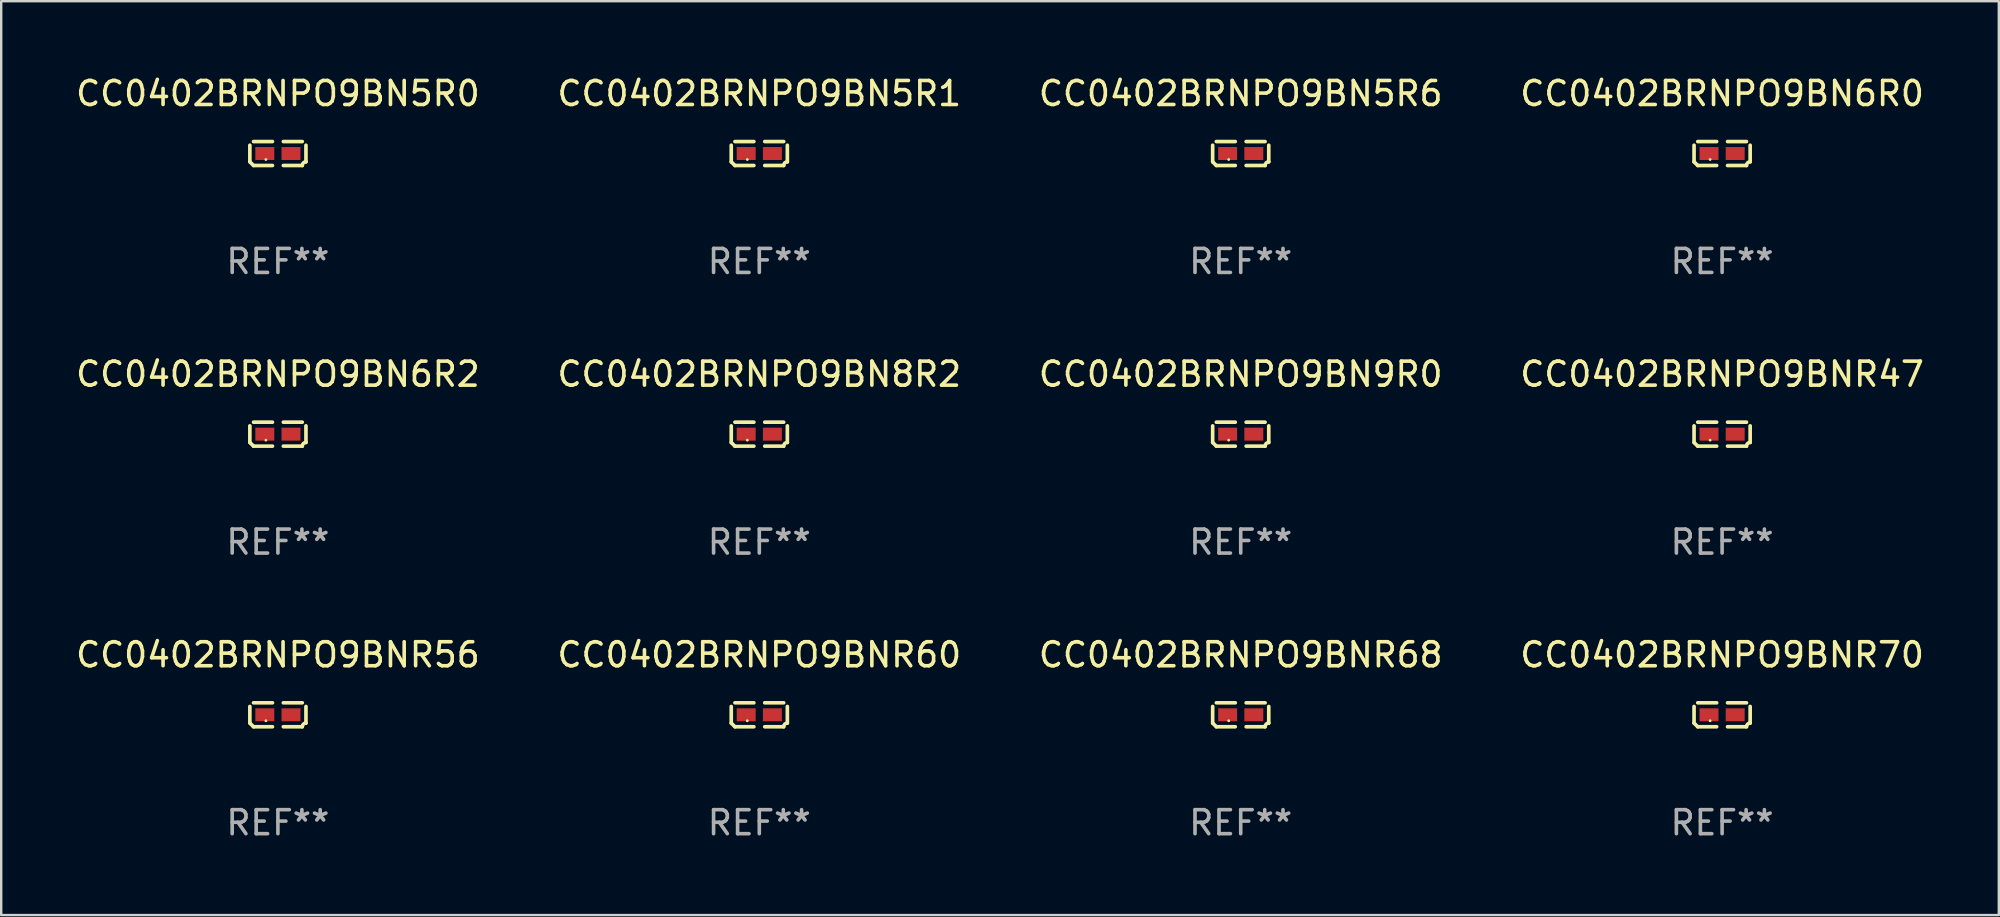
<source format=kicad_pcb>
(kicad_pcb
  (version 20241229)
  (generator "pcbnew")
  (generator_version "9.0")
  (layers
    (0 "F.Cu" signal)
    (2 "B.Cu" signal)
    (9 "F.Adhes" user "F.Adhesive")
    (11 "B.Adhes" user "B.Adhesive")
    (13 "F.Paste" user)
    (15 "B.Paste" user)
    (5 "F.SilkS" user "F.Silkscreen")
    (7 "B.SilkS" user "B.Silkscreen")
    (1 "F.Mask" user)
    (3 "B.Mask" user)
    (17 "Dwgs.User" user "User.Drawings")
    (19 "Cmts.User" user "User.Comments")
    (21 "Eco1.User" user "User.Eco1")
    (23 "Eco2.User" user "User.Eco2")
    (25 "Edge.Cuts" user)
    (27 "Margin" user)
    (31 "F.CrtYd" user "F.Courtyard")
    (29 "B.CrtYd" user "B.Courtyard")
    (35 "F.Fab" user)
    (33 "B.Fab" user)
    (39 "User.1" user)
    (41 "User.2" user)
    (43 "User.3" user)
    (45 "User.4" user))
  (footprint "CC0402BRNPO9BN6R2"
    (layer "F.Cu")
    (at 8.53 15.041)
    (property "Reference" "CC0402BRNPO9BN6R2" (at 0 -2.499 0) (layer "F.SilkS") (effects (font (size 1 1) (thickness 0.15))))
    (attr through_hole)
    (fp_line (start -1.169 0.346) (end -1.169 -0.346) (stroke (width 0.152) (type solid)) (layer "F.SilkS"))
    (fp_line (start -1.016 -0.499) (end -0.226 -0.499) (stroke (width 0.152) (type solid)) (layer "F.SilkS"))
    (fp_line (start -0.226 0.499) (end -1.016 0.499) (stroke (width 0.152) (type solid)) (layer "F.SilkS"))
    (fp_line (start 0.226 0.499) (end 1.016 0.499) (stroke (width 0.152) (type solid)) (layer "F.SilkS"))
    (fp_line (start 1.016 -0.499) (end 0.226 -0.499) (stroke (width 0.152) (type solid)) (layer "F.SilkS"))
    (fp_line (start 1.169 0.346) (end 1.169 -0.346) (stroke (width 0.152) (type solid)) (layer "F.SilkS"))
    (fp_arc (start -1.016307 0.498603) (mid -1.092512 0.422405) (end -1.16871 0.3462) (stroke (width 0.1524) (type solid)) (layer "F.SilkS"))
    (fp_arc (start 1.016307 0.498603) (mid 1.060899 0.390758) (end 1.168707 0.346076) (stroke (width 0.1524) (type solid)) (layer "F.SilkS"))
    (fp_circle (center -0.5 0.25) (end -0.47 0.25) (stroke (width 0.06) (type solid)) (fill no) (layer "F.SilkS"))
    (fp_text user "REF**" (at 0 4.499 0) (layer "F.Fab") (effects (font (size 1 1) (thickness 0.15))))
    (pad "1" smd rect (at -0.545 0) (size 0.79 0.54) (layers "F.Cu" "F.Mask" "F.Paste"))
    (pad "2" smd rect (at 0.545 0) (size 0.79 0.54) (layers "F.Cu" "F.Mask" "F.Paste")))
  (footprint "CC0402BRNPO9BNR60"
    (layer "F.Cu")
    (at 28.589 26.734)
    (property "Reference" "CC0402BRNPO9BNR60" (at 0 -2.499 0) (layer "F.SilkS") (effects (font (size 1 1) (thickness 0.15))))
    (attr through_hole)
    (fp_line (start -1.169 0.346) (end -1.169 -0.346) (stroke (width 0.152) (type solid)) (layer "F.SilkS"))
    (fp_line (start -1.016 -0.499) (end -0.226 -0.499) (stroke (width 0.152) (type solid)) (layer "F.SilkS"))
    (fp_line (start -0.226 0.499) (end -1.016 0.499) (stroke (width 0.152) (type solid)) (layer "F.SilkS"))
    (fp_line (start 0.226 0.499) (end 1.016 0.499) (stroke (width 0.152) (type solid)) (layer "F.SilkS"))
    (fp_line (start 1.016 -0.499) (end 0.226 -0.499) (stroke (width 0.152) (type solid)) (layer "F.SilkS"))
    (fp_line (start 1.169 0.346) (end 1.169 -0.346) (stroke (width 0.152) (type solid)) (layer "F.SilkS"))
    (fp_arc (start -1.016307 0.498603) (mid -1.092512 0.422405) (end -1.16871 0.3462) (stroke (width 0.1524) (type solid)) (layer "F.SilkS"))
    (fp_arc (start 1.016307 0.498603) (mid 1.060899 0.390758) (end 1.168707 0.346076) (stroke (width 0.1524) (type solid)) (layer "F.SilkS"))
    (fp_circle (center -0.5 0.25) (end -0.47 0.25) (stroke (width 0.06) (type solid)) (fill no) (layer "F.SilkS"))
    (fp_text user "REF**" (at 0 4.499 0) (layer "F.Fab") (effects (font (size 1 1) (thickness 0.15))))
    (pad "1" smd rect (at -0.545 0) (size 0.79 0.54) (layers "F.Cu" "F.Mask" "F.Paste"))
    (pad "2" smd rect (at 0.545 0) (size 0.79 0.54) (layers "F.Cu" "F.Mask" "F.Paste")))
  (footprint "CC0402BRNPO9BN5R6"
    (layer "F.Cu")
    (at 48.649 3.347)
    (property "Reference" "CC0402BRNPO9BN5R6" (at 0 -2.499 0) (layer "F.SilkS") (effects (font (size 1 1) (thickness 0.15))))
    (attr through_hole)
    (fp_line (start -1.169 0.346) (end -1.169 -0.346) (stroke (width 0.152) (type solid)) (layer "F.SilkS"))
    (fp_line (start -1.016 -0.499) (end -0.226 -0.499) (stroke (width 0.152) (type solid)) (layer "F.SilkS"))
    (fp_line (start -0.226 0.499) (end -1.016 0.499) (stroke (width 0.152) (type solid)) (layer "F.SilkS"))
    (fp_line (start 0.226 0.499) (end 1.016 0.499) (stroke (width 0.152) (type solid)) (layer "F.SilkS"))
    (fp_line (start 1.016 -0.499) (end 0.226 -0.499) (stroke (width 0.152) (type solid)) (layer "F.SilkS"))
    (fp_line (start 1.169 0.346) (end 1.169 -0.346) (stroke (width 0.152) (type solid)) (layer "F.SilkS"))
    (fp_arc (start -1.016307 0.498603) (mid -1.092512 0.422405) (end -1.16871 0.3462) (stroke (width 0.1524) (type solid)) (layer "F.SilkS"))
    (fp_arc (start 1.016307 0.498603) (mid 1.060899 0.390758) (end 1.168707 0.346076) (stroke (width 0.1524) (type solid)) (layer "F.SilkS"))
    (fp_circle (center -0.5 0.25) (end -0.47 0.25) (stroke (width 0.06) (type solid)) (fill no) (layer "F.SilkS"))
    (fp_text user "REF**" (at 0 4.499 0) (layer "F.Fab") (effects (font (size 1 1) (thickness 0.15))))
    (pad "1" smd rect (at -0.545 0) (size 0.79 0.54) (layers "F.Cu" "F.Mask" "F.Paste"))
    (pad "2" smd rect (at 0.545 0) (size 0.79 0.54) (layers "F.Cu" "F.Mask" "F.Paste")))
  (footprint "CC0402BRNPO9BN6R0"
    (layer "F.Cu")
    (at 68.708 3.347)
    (property "Reference" "CC0402BRNPO9BN6R0" (at 0 -2.499 0) (layer "F.SilkS") (effects (font (size 1 1) (thickness 0.15))))
    (attr through_hole)
    (fp_line (start -1.169 0.346) (end -1.169 -0.346) (stroke (width 0.152) (type solid)) (layer "F.SilkS"))
    (fp_line (start -1.016 -0.499) (end -0.226 -0.499) (stroke (width 0.152) (type solid)) (layer "F.SilkS"))
    (fp_line (start -0.226 0.499) (end -1.016 0.499) (stroke (width 0.152) (type solid)) (layer "F.SilkS"))
    (fp_line (start 0.226 0.499) (end 1.016 0.499) (stroke (width 0.152) (type solid)) (layer "F.SilkS"))
    (fp_line (start 1.016 -0.499) (end 0.226 -0.499) (stroke (width 0.152) (type solid)) (layer "F.SilkS"))
    (fp_line (start 1.169 0.346) (end 1.169 -0.346) (stroke (width 0.152) (type solid)) (layer "F.SilkS"))
    (fp_arc (start -1.016307 0.498603) (mid -1.092512 0.422405) (end -1.16871 0.3462) (stroke (width 0.1524) (type solid)) (layer "F.SilkS"))
    (fp_arc (start 1.016307 0.498603) (mid 1.060899 0.390758) (end 1.168707 0.346076) (stroke (width 0.1524) (type solid)) (layer "F.SilkS"))
    (fp_circle (center -0.5 0.25) (end -0.47 0.25) (stroke (width 0.06) (type solid)) (fill no) (layer "F.SilkS"))
    (fp_text user "REF**" (at 0 4.499 0) (layer "F.Fab") (effects (font (size 1 1) (thickness 0.15))))
    (pad "1" smd rect (at -0.545 0) (size 0.79 0.54) (layers "F.Cu" "F.Mask" "F.Paste"))
    (pad "2" smd rect (at 0.545 0) (size 0.79 0.54) (layers "F.Cu" "F.Mask" "F.Paste")))
  (footprint "CC0402BRNPO9BN5R0"
    (layer "F.Cu")
    (at 8.53 3.347)
    (property "Reference" "CC0402BRNPO9BN5R0" (at 0 -2.499 0) (layer "F.SilkS") (effects (font (size 1 1) (thickness 0.15))))
    (attr through_hole)
    (fp_line (start -1.169 0.346) (end -1.169 -0.346) (stroke (width 0.152) (type solid)) (layer "F.SilkS"))
    (fp_line (start -1.016 -0.499) (end -0.226 -0.499) (stroke (width 0.152) (type solid)) (layer "F.SilkS"))
    (fp_line (start -0.226 0.499) (end -1.016 0.499) (stroke (width 0.152) (type solid)) (layer "F.SilkS"))
    (fp_line (start 0.226 0.499) (end 1.016 0.499) (stroke (width 0.152) (type solid)) (layer "F.SilkS"))
    (fp_line (start 1.016 -0.499) (end 0.226 -0.499) (stroke (width 0.152) (type solid)) (layer "F.SilkS"))
    (fp_line (start 1.169 0.346) (end 1.169 -0.346) (stroke (width 0.152) (type solid)) (layer "F.SilkS"))
    (fp_arc (start -1.016307 0.498603) (mid -1.092512 0.422405) (end -1.16871 0.3462) (stroke (width 0.1524) (type solid)) (layer "F.SilkS"))
    (fp_arc (start 1.016307 0.498603) (mid 1.060899 0.390758) (end 1.168707 0.346076) (stroke (width 0.1524) (type solid)) (layer "F.SilkS"))
    (fp_circle (center -0.5 0.25) (end -0.47 0.25) (stroke (width 0.06) (type solid)) (fill no) (layer "F.SilkS"))
    (fp_text user "REF**" (at 0 4.499 0) (layer "F.Fab") (effects (font (size 1 1) (thickness 0.15))))
    (pad "1" smd rect (at -0.545 0) (size 0.79 0.54) (layers "F.Cu" "F.Mask" "F.Paste"))
    (pad "2" smd rect (at 0.545 0) (size 0.79 0.54) (layers "F.Cu" "F.Mask" "F.Paste")))
  (footprint "CC0402BRNPO9BN8R2"
    (layer "F.Cu")
    (at 28.589 15.041)
    (property "Reference" "CC0402BRNPO9BN8R2" (at 0 -2.499 0) (layer "F.SilkS") (effects (font (size 1 1) (thickness 0.15))))
    (attr through_hole)
    (fp_line (start -1.169 0.346) (end -1.169 -0.346) (stroke (width 0.152) (type solid)) (layer "F.SilkS"))
    (fp_line (start -1.016 -0.499) (end -0.226 -0.499) (stroke (width 0.152) (type solid)) (layer "F.SilkS"))
    (fp_line (start -0.226 0.499) (end -1.016 0.499) (stroke (width 0.152) (type solid)) (layer "F.SilkS"))
    (fp_line (start 0.226 0.499) (end 1.016 0.499) (stroke (width 0.152) (type solid)) (layer "F.SilkS"))
    (fp_line (start 1.016 -0.499) (end 0.226 -0.499) (stroke (width 0.152) (type solid)) (layer "F.SilkS"))
    (fp_line (start 1.169 0.346) (end 1.169 -0.346) (stroke (width 0.152) (type solid)) (layer "F.SilkS"))
    (fp_arc (start -1.016307 0.498603) (mid -1.092512 0.422405) (end -1.16871 0.3462) (stroke (width 0.1524) (type solid)) (layer "F.SilkS"))
    (fp_arc (start 1.016307 0.498603) (mid 1.060899 0.390758) (end 1.168707 0.346076) (stroke (width 0.1524) (type solid)) (layer "F.SilkS"))
    (fp_circle (center -0.5 0.25) (end -0.47 0.25) (stroke (width 0.06) (type solid)) (fill no) (layer "F.SilkS"))
    (fp_text user "REF**" (at 0 4.499 0) (layer "F.Fab") (effects (font (size 1 1) (thickness 0.15))))
    (pad "1" smd rect (at -0.545 0) (size 0.79 0.54) (layers "F.Cu" "F.Mask" "F.Paste"))
    (pad "2" smd rect (at 0.545 0) (size 0.79 0.54) (layers "F.Cu" "F.Mask" "F.Paste")))
  (footprint "CC0402BRNPO9BN9R0"
    (layer "F.Cu")
    (at 48.649 15.041)
    (property "Reference" "CC0402BRNPO9BN9R0" (at 0 -2.499 0) (layer "F.SilkS") (effects (font (size 1 1) (thickness 0.15))))
    (attr through_hole)
    (fp_line (start -1.169 0.346) (end -1.169 -0.346) (stroke (width 0.152) (type solid)) (layer "F.SilkS"))
    (fp_line (start -1.016 -0.499) (end -0.226 -0.499) (stroke (width 0.152) (type solid)) (layer "F.SilkS"))
    (fp_line (start -0.226 0.499) (end -1.016 0.499) (stroke (width 0.152) (type solid)) (layer "F.SilkS"))
    (fp_line (start 0.226 0.499) (end 1.016 0.499) (stroke (width 0.152) (type solid)) (layer "F.SilkS"))
    (fp_line (start 1.016 -0.499) (end 0.226 -0.499) (stroke (width 0.152) (type solid)) (layer "F.SilkS"))
    (fp_line (start 1.169 0.346) (end 1.169 -0.346) (stroke (width 0.152) (type solid)) (layer "F.SilkS"))
    (fp_arc (start -1.016307 0.498603) (mid -1.092512 0.422405) (end -1.16871 0.3462) (stroke (width 0.1524) (type solid)) (layer "F.SilkS"))
    (fp_arc (start 1.016307 0.498603) (mid 1.060899 0.390758) (end 1.168707 0.346076) (stroke (width 0.1524) (type solid)) (layer "F.SilkS"))
    (fp_circle (center -0.5 0.25) (end -0.47 0.25) (stroke (width 0.06) (type solid)) (fill no) (layer "F.SilkS"))
    (fp_text user "REF**" (at 0 4.499 0) (layer "F.Fab") (effects (font (size 1 1) (thickness 0.15))))
    (pad "1" smd rect (at -0.545 0) (size 0.79 0.54) (layers "F.Cu" "F.Mask" "F.Paste"))
    (pad "2" smd rect (at 0.545 0) (size 0.79 0.54) (layers "F.Cu" "F.Mask" "F.Paste")))
  (footprint "CC0402BRNPO9BNR56"
    (layer "F.Cu")
    (at 8.53 26.734)
    (property "Reference" "CC0402BRNPO9BNR56" (at 0 -2.499 0) (layer "F.SilkS") (effects (font (size 1 1) (thickness 0.15))))
    (attr through_hole)
    (fp_line (start -1.169 0.346) (end -1.169 -0.346) (stroke (width 0.152) (type solid)) (layer "F.SilkS"))
    (fp_line (start -1.016 -0.499) (end -0.226 -0.499) (stroke (width 0.152) (type solid)) (layer "F.SilkS"))
    (fp_line (start -0.226 0.499) (end -1.016 0.499) (stroke (width 0.152) (type solid)) (layer "F.SilkS"))
    (fp_line (start 0.226 0.499) (end 1.016 0.499) (stroke (width 0.152) (type solid)) (layer "F.SilkS"))
    (fp_line (start 1.016 -0.499) (end 0.226 -0.499) (stroke (width 0.152) (type solid)) (layer "F.SilkS"))
    (fp_line (start 1.169 0.346) (end 1.169 -0.346) (stroke (width 0.152) (type solid)) (layer "F.SilkS"))
    (fp_arc (start -1.016307 0.498603) (mid -1.092512 0.422405) (end -1.16871 0.3462) (stroke (width 0.1524) (type solid)) (layer "F.SilkS"))
    (fp_arc (start 1.016307 0.498603) (mid 1.060899 0.390758) (end 1.168707 0.346076) (stroke (width 0.1524) (type solid)) (layer "F.SilkS"))
    (fp_circle (center -0.5 0.25) (end -0.47 0.25) (stroke (width 0.06) (type solid)) (fill no) (layer "F.SilkS"))
    (fp_text user "REF**" (at 0 4.499 0) (layer "F.Fab") (effects (font (size 1 1) (thickness 0.15))))
    (pad "1" smd rect (at -0.545 0) (size 0.79 0.54) (layers "F.Cu" "F.Mask" "F.Paste"))
    (pad "2" smd rect (at 0.545 0) (size 0.79 0.54) (layers "F.Cu" "F.Mask" "F.Paste")))
  (footprint "CC0402BRNPO9BN5R1"
    (layer "F.Cu")
    (at 28.589 3.347)
    (property "Reference" "CC0402BRNPO9BN5R1" (at 0 -2.499 0) (layer "F.SilkS") (effects (font (size 1 1) (thickness 0.15))))
    (attr through_hole)
    (fp_line (start -1.169 0.346) (end -1.169 -0.346) (stroke (width 0.152) (type solid)) (layer "F.SilkS"))
    (fp_line (start -1.016 -0.499) (end -0.226 -0.499) (stroke (width 0.152) (type solid)) (layer "F.SilkS"))
    (fp_line (start -0.226 0.499) (end -1.016 0.499) (stroke (width 0.152) (type solid)) (layer "F.SilkS"))
    (fp_line (start 0.226 0.499) (end 1.016 0.499) (stroke (width 0.152) (type solid)) (layer "F.SilkS"))
    (fp_line (start 1.016 -0.499) (end 0.226 -0.499) (stroke (width 0.152) (type solid)) (layer "F.SilkS"))
    (fp_line (start 1.169 0.346) (end 1.169 -0.346) (stroke (width 0.152) (type solid)) (layer "F.SilkS"))
    (fp_arc (start -1.016307 0.498603) (mid -1.092512 0.422405) (end -1.16871 0.3462) (stroke (width 0.1524) (type solid)) (layer "F.SilkS"))
    (fp_arc (start 1.016307 0.498603) (mid 1.060899 0.390758) (end 1.168707 0.346076) (stroke (width 0.1524) (type solid)) (layer "F.SilkS"))
    (fp_circle (center -0.5 0.25) (end -0.47 0.25) (stroke (width 0.06) (type solid)) (fill no) (layer "F.SilkS"))
    (fp_text user "REF**" (at 0 4.499 0) (layer "F.Fab") (effects (font (size 1 1) (thickness 0.15))))
    (pad "1" smd rect (at -0.545 0) (size 0.79 0.54) (layers "F.Cu" "F.Mask" "F.Paste"))
    (pad "2" smd rect (at 0.545 0) (size 0.79 0.54) (layers "F.Cu" "F.Mask" "F.Paste")))
  (footprint "CC0402BRNPO9BNR70"
    (layer "F.Cu")
    (at 68.708 26.734)
    (property "Reference" "CC0402BRNPO9BNR70" (at 0 -2.499 0) (layer "F.SilkS") (effects (font (size 1 1) (thickness 0.15))))
    (attr through_hole)
    (fp_line (start -1.169 0.346) (end -1.169 -0.346) (stroke (width 0.152) (type solid)) (layer "F.SilkS"))
    (fp_line (start -1.016 -0.499) (end -0.226 -0.499) (stroke (width 0.152) (type solid)) (layer "F.SilkS"))
    (fp_line (start -0.226 0.499) (end -1.016 0.499) (stroke (width 0.152) (type solid)) (layer "F.SilkS"))
    (fp_line (start 0.226 0.499) (end 1.016 0.499) (stroke (width 0.152) (type solid)) (layer "F.SilkS"))
    (fp_line (start 1.016 -0.499) (end 0.226 -0.499) (stroke (width 0.152) (type solid)) (layer "F.SilkS"))
    (fp_line (start 1.169 0.346) (end 1.169 -0.346) (stroke (width 0.152) (type solid)) (layer "F.SilkS"))
    (fp_arc (start -1.016307 0.498603) (mid -1.092512 0.422405) (end -1.16871 0.3462) (stroke (width 0.1524) (type solid)) (layer "F.SilkS"))
    (fp_arc (start 1.016307 0.498603) (mid 1.060899 0.390758) (end 1.168707 0.346076) (stroke (width 0.1524) (type solid)) (layer "F.SilkS"))
    (fp_circle (center -0.5 0.25) (end -0.47 0.25) (stroke (width 0.06) (type solid)) (fill no) (layer "F.SilkS"))
    (fp_text user "REF**" (at 0 4.499 0) (layer "F.Fab") (effects (font (size 1 1) (thickness 0.15))))
    (pad "1" smd rect (at -0.545 0) (size 0.79 0.54) (layers "F.Cu" "F.Mask" "F.Paste"))
    (pad "2" smd rect (at 0.545 0) (size 0.79 0.54) (layers "F.Cu" "F.Mask" "F.Paste")))
  (footprint "CC0402BRNPO9BNR47"
    (layer "F.Cu")
    (at 68.708 15.041)
    (property "Reference" "CC0402BRNPO9BNR47" (at 0 -2.499 0) (layer "F.SilkS") (effects (font (size 1 1) (thickness 0.15))))
    (attr through_hole)
    (fp_line (start -1.169 0.346) (end -1.169 -0.346) (stroke (width 0.152) (type solid)) (layer "F.SilkS"))
    (fp_line (start -1.016 -0.499) (end -0.226 -0.499) (stroke (width 0.152) (type solid)) (layer "F.SilkS"))
    (fp_line (start -0.226 0.499) (end -1.016 0.499) (stroke (width 0.152) (type solid)) (layer "F.SilkS"))
    (fp_line (start 0.226 0.499) (end 1.016 0.499) (stroke (width 0.152) (type solid)) (layer "F.SilkS"))
    (fp_line (start 1.016 -0.499) (end 0.226 -0.499) (stroke (width 0.152) (type solid)) (layer "F.SilkS"))
    (fp_line (start 1.169 0.346) (end 1.169 -0.346) (stroke (width 0.152) (type solid)) (layer "F.SilkS"))
    (fp_arc (start -1.016307 0.498603) (mid -1.092512 0.422405) (end -1.16871 0.3462) (stroke (width 0.1524) (type solid)) (layer "F.SilkS"))
    (fp_arc (start 1.016307 0.498603) (mid 1.060899 0.390758) (end 1.168707 0.346076) (stroke (width 0.1524) (type solid)) (layer "F.SilkS"))
    (fp_circle (center -0.5 0.25) (end -0.47 0.25) (stroke (width 0.06) (type solid)) (fill no) (layer "F.SilkS"))
    (fp_text user "REF**" (at 0 4.499 0) (layer "F.Fab") (effects (font (size 1 1) (thickness 0.15))))
    (pad "1" smd rect (at -0.545 0) (size 0.79 0.54) (layers "F.Cu" "F.Mask" "F.Paste"))
    (pad "2" smd rect (at 0.545 0) (size 0.79 0.54) (layers "F.Cu" "F.Mask" "F.Paste")))
  (footprint "CC0402BRNPO9BNR68"
    (layer "F.Cu")
    (at 48.649 26.734)
    (property "Reference" "CC0402BRNPO9BNR68" (at 0 -2.499 0) (layer "F.SilkS") (effects (font (size 1 1) (thickness 0.15))))
    (attr through_hole)
    (fp_line (start -1.169 0.346) (end -1.169 -0.346) (stroke (width 0.152) (type solid)) (layer "F.SilkS"))
    (fp_line (start -1.016 -0.499) (end -0.226 -0.499) (stroke (width 0.152) (type solid)) (layer "F.SilkS"))
    (fp_line (start -0.226 0.499) (end -1.016 0.499) (stroke (width 0.152) (type solid)) (layer "F.SilkS"))
    (fp_line (start 0.226 0.499) (end 1.016 0.499) (stroke (width 0.152) (type solid)) (layer "F.SilkS"))
    (fp_line (start 1.016 -0.499) (end 0.226 -0.499) (stroke (width 0.152) (type solid)) (layer "F.SilkS"))
    (fp_line (start 1.169 0.346) (end 1.169 -0.346) (stroke (width 0.152) (type solid)) (layer "F.SilkS"))
    (fp_arc (start -1.016307 0.498603) (mid -1.092512 0.422405) (end -1.16871 0.3462) (stroke (width 0.1524) (type solid)) (layer "F.SilkS"))
    (fp_arc (start 1.016307 0.498603) (mid 1.060899 0.390758) (end 1.168707 0.346076) (stroke (width 0.1524) (type solid)) (layer "F.SilkS"))
    (fp_circle (center -0.5 0.25) (end -0.47 0.25) (stroke (width 0.06) (type solid)) (fill no) (layer "F.SilkS"))
    (fp_text user "REF**" (at 0 4.499 0) (layer "F.Fab") (effects (font (size 1 1) (thickness 0.15))))
    (pad "1" smd rect (at -0.545 0) (size 0.79 0.54) (layers "F.Cu" "F.Mask" "F.Paste"))
    (pad "2" smd rect (at 0.545 0) (size 0.79 0.54) (layers "F.Cu" "F.Mask" "F.Paste")))
  (gr_rect
    (start -3 -3)
    (end 80.238 35.081)
    (stroke (width 0.1) (type default))
    (fill no)
    (layer "Edge.Cuts")))
</source>
